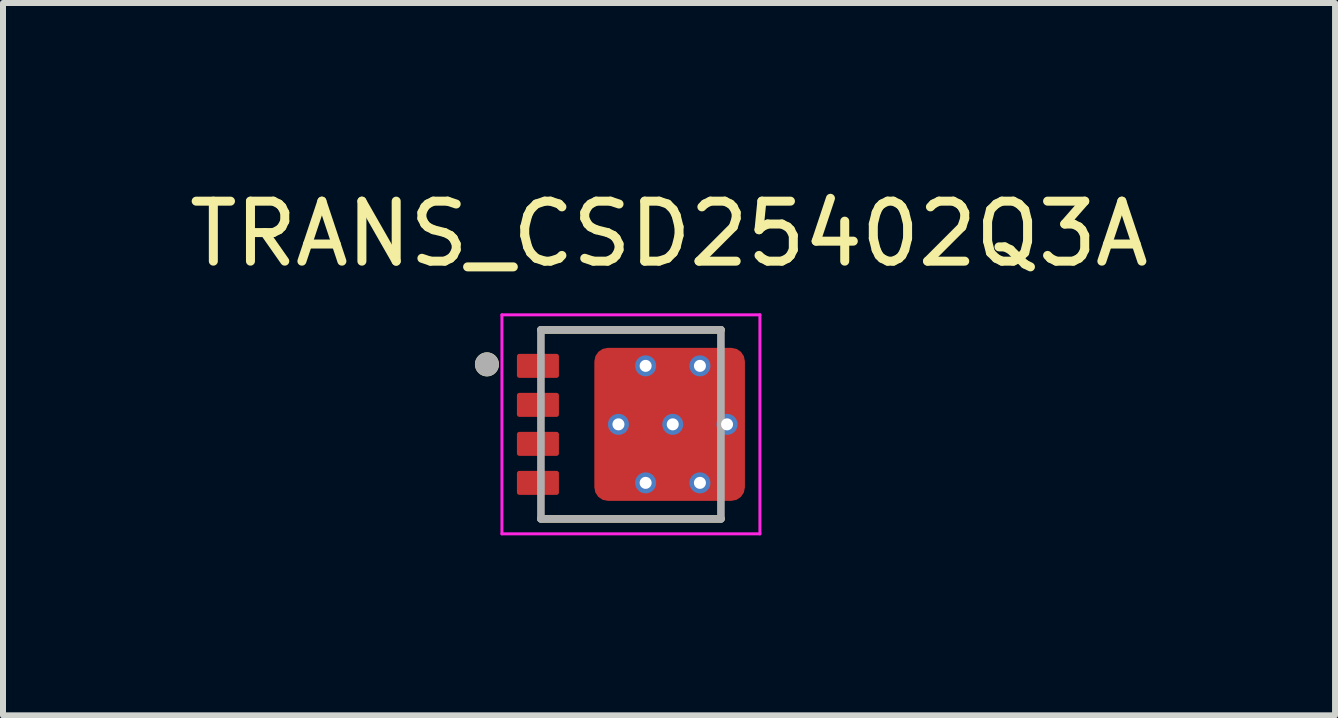
<source format=kicad_pcb>
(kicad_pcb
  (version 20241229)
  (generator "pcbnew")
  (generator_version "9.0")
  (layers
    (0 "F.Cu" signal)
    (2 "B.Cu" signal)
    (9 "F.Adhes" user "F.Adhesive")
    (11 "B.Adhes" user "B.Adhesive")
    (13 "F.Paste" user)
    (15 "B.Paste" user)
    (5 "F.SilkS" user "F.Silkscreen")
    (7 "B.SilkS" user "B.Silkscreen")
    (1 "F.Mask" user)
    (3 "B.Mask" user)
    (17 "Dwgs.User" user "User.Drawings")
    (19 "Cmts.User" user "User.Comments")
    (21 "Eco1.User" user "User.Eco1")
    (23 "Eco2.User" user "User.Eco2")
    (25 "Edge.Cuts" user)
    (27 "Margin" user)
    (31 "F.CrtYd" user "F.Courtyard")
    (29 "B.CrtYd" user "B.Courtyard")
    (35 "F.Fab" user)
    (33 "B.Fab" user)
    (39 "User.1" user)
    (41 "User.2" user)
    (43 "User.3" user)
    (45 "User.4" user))
  (footprint "TRANS_CSD25402Q3A"
    (layer "F.Cu")
    (at 7.466 4.023)
    (property "Reference" "TRANS_CSD25402Q3A" (at 0.635 -3.175 0) (layer "F.SilkS") (effects (font (size 1 1) (thickness 0.15))))
    (attr through_hole)
    (fp_poly (pts (xy -1.8 -1.125) (xy -1.3 -1.125) (xy -1.297 -1.125) (xy -1.295 -1.125) (xy -1.292 -1.124) (xy -1.29 -1.124) (xy -1.287 -1.123) (xy -1.285 -1.123) (xy -1.282 -1.122) (xy -1.28 -1.121) (xy -1.277 -1.12) (xy -1.275 -1.118) (xy -1.273 -1.117) (xy -1.271 -1.115) (xy -1.269 -1.114) (xy -1.267 -1.112) (xy -1.265 -1.11) (xy -1.263 -1.108) (xy -1.261 -1.106) (xy -1.26 -1.104) (xy -1.258 -1.102) (xy -1.257 -1.1) (xy -1.255 -1.098) (xy -1.254 -1.095) (xy -1.253 -1.093) (xy -1.252 -1.09) (xy -1.252 -1.088) (xy -1.251 -1.085) (xy -1.251 -1.083) (xy -1.25 -1.08) (xy -1.25 -1.078) (xy -1.25 -1.075) (xy -1.25 -0.875) (xy -1.25 -0.872) (xy -1.25 -0.87) (xy -1.251 -0.867) (xy -1.251 -0.865) (xy -1.252 -0.862) (xy -1.252 -0.86) (xy -1.253 -0.857) (xy -1.254 -0.855) (xy -1.255 -0.852) (xy -1.257 -0.85) (xy -1.258 -0.848) (xy -1.26 -0.846) (xy -1.261 -0.844) (xy -1.263 -0.842) (xy -1.265 -0.84) (xy -1.267 -0.838) (xy -1.269 -0.836) (xy -1.271 -0.835) (xy -1.273 -0.833) (xy -1.275 -0.832) (xy -1.277 -0.83) (xy -1.28 -0.829) (xy -1.282 -0.828) (xy -1.285 -0.827) (xy -1.287 -0.827) (xy -1.29 -0.826) (xy -1.292 -0.826) (xy -1.295 -0.825) (xy -1.297 -0.825) (xy -1.3 -0.825) (xy -1.8 -0.825) (xy -1.803 -0.825) (xy -1.805 -0.825) (xy -1.808 -0.826) (xy -1.81 -0.826) (xy -1.813 -0.827) (xy -1.815 -0.827) (xy -1.818 -0.828) (xy -1.82 -0.829) (xy -1.823 -0.83) (xy -1.825 -0.832) (xy -1.827 -0.833) (xy -1.829 -0.835) (xy -1.831 -0.836) (xy -1.833 -0.838) (xy -1.835 -0.84) (xy -1.837 -0.842) (xy -1.839 -0.844) (xy -1.84 -0.846) (xy -1.842 -0.848) (xy -1.843 -0.85) (xy -1.845 -0.852) (xy -1.846 -0.855) (xy -1.847 -0.857) (xy -1.848 -0.86) (xy -1.848 -0.862) (xy -1.849 -0.865) (xy -1.849 -0.867) (xy -1.85 -0.87) (xy -1.85 -0.872) (xy -1.85 -0.875) (xy -1.85 -1.075) (xy -1.85 -1.078) (xy -1.85 -1.08) (xy -1.849 -1.083) (xy -1.849 -1.085) (xy -1.848 -1.088) (xy -1.848 -1.09) (xy -1.847 -1.093) (xy -1.846 -1.095) (xy -1.845 -1.098) (xy -1.843 -1.1) (xy -1.842 -1.102) (xy -1.84 -1.104) (xy -1.839 -1.106) (xy -1.837 -1.108) (xy -1.835 -1.11) (xy -1.833 -1.112) (xy -1.831 -1.114) (xy -1.829 -1.115) (xy -1.827 -1.117) (xy -1.825 -1.118) (xy -1.823 -1.12) (xy -1.82 -1.121) (xy -1.818 -1.122) (xy -1.815 -1.123) (xy -1.813 -1.123) (xy -1.81 -1.124) (xy -1.808 -1.124) (xy -1.805 -1.125) (xy -1.803 -1.125) (xy -1.8 -1.125)) (stroke (width 0.01) (type solid)) (fill yes) (layer "F.Mask"))
    (fp_poly (pts (xy -1.8 -0.475) (xy -1.3 -0.475) (xy -1.297 -0.475) (xy -1.295 -0.475) (xy -1.292 -0.474) (xy -1.29 -0.474) (xy -1.287 -0.473) (xy -1.285 -0.473) (xy -1.282 -0.472) (xy -1.28 -0.471) (xy -1.277 -0.47) (xy -1.275 -0.468) (xy -1.273 -0.467) (xy -1.271 -0.465) (xy -1.269 -0.464) (xy -1.267 -0.462) (xy -1.265 -0.46) (xy -1.263 -0.458) (xy -1.261 -0.456) (xy -1.26 -0.454) (xy -1.258 -0.452) (xy -1.257 -0.45) (xy -1.255 -0.448) (xy -1.254 -0.445) (xy -1.253 -0.443) (xy -1.252 -0.44) (xy -1.252 -0.438) (xy -1.251 -0.435) (xy -1.251 -0.433) (xy -1.25 -0.43) (xy -1.25 -0.428) (xy -1.25 -0.425) (xy -1.25 -0.225) (xy -1.25 -0.222) (xy -1.25 -0.22) (xy -1.251 -0.217) (xy -1.251 -0.215) (xy -1.252 -0.212) (xy -1.252 -0.21) (xy -1.253 -0.207) (xy -1.254 -0.205) (xy -1.255 -0.202) (xy -1.257 -0.2) (xy -1.258 -0.198) (xy -1.26 -0.196) (xy -1.261 -0.194) (xy -1.263 -0.192) (xy -1.265 -0.19) (xy -1.267 -0.188) (xy -1.269 -0.186) (xy -1.271 -0.185) (xy -1.273 -0.183) (xy -1.275 -0.182) (xy -1.277 -0.18) (xy -1.28 -0.179) (xy -1.282 -0.178) (xy -1.285 -0.177) (xy -1.287 -0.177) (xy -1.29 -0.176) (xy -1.292 -0.176) (xy -1.295 -0.175) (xy -1.297 -0.175) (xy -1.3 -0.175) (xy -1.8 -0.175) (xy -1.803 -0.175) (xy -1.805 -0.175) (xy -1.808 -0.176) (xy -1.81 -0.176) (xy -1.813 -0.177) (xy -1.815 -0.177) (xy -1.818 -0.178) (xy -1.82 -0.179) (xy -1.823 -0.18) (xy -1.825 -0.182) (xy -1.827 -0.183) (xy -1.829 -0.185) (xy -1.831 -0.186) (xy -1.833 -0.188) (xy -1.835 -0.19) (xy -1.837 -0.192) (xy -1.839 -0.194) (xy -1.84 -0.196) (xy -1.842 -0.198) (xy -1.843 -0.2) (xy -1.845 -0.202) (xy -1.846 -0.205) (xy -1.847 -0.207) (xy -1.848 -0.21) (xy -1.848 -0.212) (xy -1.849 -0.215) (xy -1.849 -0.217) (xy -1.85 -0.22) (xy -1.85 -0.222) (xy -1.85 -0.225) (xy -1.85 -0.425) (xy -1.85 -0.428) (xy -1.85 -0.43) (xy -1.849 -0.433) (xy -1.849 -0.435) (xy -1.848 -0.438) (xy -1.848 -0.44) (xy -1.847 -0.443) (xy -1.846 -0.445) (xy -1.845 -0.448) (xy -1.843 -0.45) (xy -1.842 -0.452) (xy -1.84 -0.454) (xy -1.839 -0.456) (xy -1.837 -0.458) (xy -1.835 -0.46) (xy -1.833 -0.462) (xy -1.831 -0.464) (xy -1.829 -0.465) (xy -1.827 -0.467) (xy -1.825 -0.468) (xy -1.823 -0.47) (xy -1.82 -0.471) (xy -1.818 -0.472) (xy -1.815 -0.473) (xy -1.813 -0.473) (xy -1.81 -0.474) (xy -1.808 -0.474) (xy -1.805 -0.475) (xy -1.803 -0.475) (xy -1.8 -0.475)) (stroke (width 0.01) (type solid)) (fill yes) (layer "F.Mask"))
    (fp_poly (pts (xy -1.8 0.175) (xy -1.3 0.175) (xy -1.297 0.175) (xy -1.295 0.175) (xy -1.292 0.176) (xy -1.29 0.176) (xy -1.287 0.177) (xy -1.285 0.177) (xy -1.282 0.178) (xy -1.28 0.179) (xy -1.277 0.18) (xy -1.275 0.182) (xy -1.273 0.183) (xy -1.271 0.185) (xy -1.269 0.186) (xy -1.267 0.188) (xy -1.265 0.19) (xy -1.263 0.192) (xy -1.261 0.194) (xy -1.26 0.196) (xy -1.258 0.198) (xy -1.257 0.2) (xy -1.255 0.202) (xy -1.254 0.205) (xy -1.253 0.207) (xy -1.252 0.21) (xy -1.252 0.212) (xy -1.251 0.215) (xy -1.251 0.217) (xy -1.25 0.22) (xy -1.25 0.222) (xy -1.25 0.225) (xy -1.25 0.425) (xy -1.25 0.428) (xy -1.25 0.43) (xy -1.251 0.433) (xy -1.251 0.435) (xy -1.252 0.438) (xy -1.252 0.44) (xy -1.253 0.443) (xy -1.254 0.445) (xy -1.255 0.448) (xy -1.257 0.45) (xy -1.258 0.452) (xy -1.26 0.454) (xy -1.261 0.456) (xy -1.263 0.458) (xy -1.265 0.46) (xy -1.267 0.462) (xy -1.269 0.464) (xy -1.271 0.465) (xy -1.273 0.467) (xy -1.275 0.468) (xy -1.277 0.47) (xy -1.28 0.471) (xy -1.282 0.472) (xy -1.285 0.473) (xy -1.287 0.473) (xy -1.29 0.474) (xy -1.292 0.474) (xy -1.295 0.475) (xy -1.297 0.475) (xy -1.3 0.475) (xy -1.8 0.475) (xy -1.803 0.475) (xy -1.805 0.475) (xy -1.808 0.474) (xy -1.81 0.474) (xy -1.813 0.473) (xy -1.815 0.473) (xy -1.818 0.472) (xy -1.82 0.471) (xy -1.823 0.47) (xy -1.825 0.468) (xy -1.827 0.467) (xy -1.829 0.465) (xy -1.831 0.464) (xy -1.833 0.462) (xy -1.835 0.46) (xy -1.837 0.458) (xy -1.839 0.456) (xy -1.84 0.454) (xy -1.842 0.452) (xy -1.843 0.45) (xy -1.845 0.448) (xy -1.846 0.445) (xy -1.847 0.443) (xy -1.848 0.44) (xy -1.848 0.438) (xy -1.849 0.435) (xy -1.849 0.433) (xy -1.85 0.43) (xy -1.85 0.428) (xy -1.85 0.425) (xy -1.85 0.225) (xy -1.85 0.222) (xy -1.85 0.22) (xy -1.849 0.217) (xy -1.849 0.215) (xy -1.848 0.212) (xy -1.848 0.21) (xy -1.847 0.207) (xy -1.846 0.205) (xy -1.845 0.202) (xy -1.843 0.2) (xy -1.842 0.198) (xy -1.84 0.196) (xy -1.839 0.194) (xy -1.837 0.192) (xy -1.835 0.19) (xy -1.833 0.188) (xy -1.831 0.186) (xy -1.829 0.185) (xy -1.827 0.183) (xy -1.825 0.182) (xy -1.823 0.18) (xy -1.82 0.179) (xy -1.818 0.178) (xy -1.815 0.177) (xy -1.813 0.177) (xy -1.81 0.176) (xy -1.808 0.176) (xy -1.805 0.175) (xy -1.803 0.175) (xy -1.8 0.175)) (stroke (width 0.01) (type solid)) (fill yes) (layer "F.Mask"))
    (fp_poly (pts (xy -1.8 0.825) (xy -1.3 0.825) (xy -1.297 0.825) (xy -1.295 0.825) (xy -1.292 0.826) (xy -1.29 0.826) (xy -1.287 0.827) (xy -1.285 0.827) (xy -1.282 0.828) (xy -1.28 0.829) (xy -1.277 0.83) (xy -1.275 0.832) (xy -1.273 0.833) (xy -1.271 0.835) (xy -1.269 0.836) (xy -1.267 0.838) (xy -1.265 0.84) (xy -1.263 0.842) (xy -1.261 0.844) (xy -1.26 0.846) (xy -1.258 0.848) (xy -1.257 0.85) (xy -1.255 0.852) (xy -1.254 0.855) (xy -1.253 0.857) (xy -1.252 0.86) (xy -1.252 0.862) (xy -1.251 0.865) (xy -1.251 0.867) (xy -1.25 0.87) (xy -1.25 0.872) (xy -1.25 0.875) (xy -1.25 1.075) (xy -1.25 1.078) (xy -1.25 1.08) (xy -1.251 1.083) (xy -1.251 1.085) (xy -1.252 1.088) (xy -1.252 1.09) (xy -1.253 1.093) (xy -1.254 1.095) (xy -1.255 1.098) (xy -1.257 1.1) (xy -1.258 1.102) (xy -1.26 1.104) (xy -1.261 1.106) (xy -1.263 1.108) (xy -1.265 1.11) (xy -1.267 1.112) (xy -1.269 1.114) (xy -1.271 1.115) (xy -1.273 1.117) (xy -1.275 1.118) (xy -1.277 1.12) (xy -1.28 1.121) (xy -1.282 1.122) (xy -1.285 1.123) (xy -1.287 1.123) (xy -1.29 1.124) (xy -1.292 1.124) (xy -1.295 1.125) (xy -1.297 1.125) (xy -1.3 1.125) (xy -1.8 1.125) (xy -1.803 1.125) (xy -1.805 1.125) (xy -1.808 1.124) (xy -1.81 1.124) (xy -1.813 1.123) (xy -1.815 1.123) (xy -1.818 1.122) (xy -1.82 1.121) (xy -1.823 1.12) (xy -1.825 1.118) (xy -1.827 1.117) (xy -1.829 1.115) (xy -1.831 1.114) (xy -1.833 1.112) (xy -1.835 1.11) (xy -1.837 1.108) (xy -1.839 1.106) (xy -1.84 1.104) (xy -1.842 1.102) (xy -1.843 1.1) (xy -1.845 1.098) (xy -1.846 1.095) (xy -1.847 1.093) (xy -1.848 1.09) (xy -1.848 1.088) (xy -1.849 1.085) (xy -1.849 1.083) (xy -1.85 1.08) (xy -1.85 1.078) (xy -1.85 1.075) (xy -1.85 0.875) (xy -1.85 0.872) (xy -1.85 0.87) (xy -1.849 0.867) (xy -1.849 0.865) (xy -1.848 0.862) (xy -1.848 0.86) (xy -1.847 0.857) (xy -1.846 0.855) (xy -1.845 0.852) (xy -1.843 0.85) (xy -1.842 0.848) (xy -1.84 0.846) (xy -1.839 0.844) (xy -1.837 0.842) (xy -1.835 0.84) (xy -1.833 0.838) (xy -1.831 0.836) (xy -1.829 0.835) (xy -1.827 0.833) (xy -1.825 0.832) (xy -1.823 0.83) (xy -1.82 0.829) (xy -1.818 0.828) (xy -1.815 0.827) (xy -1.813 0.827) (xy -1.81 0.826) (xy -1.808 0.826) (xy -1.805 0.825) (xy -1.803 0.825) (xy -1.8 0.825)) (stroke (width 0.01) (type solid)) (fill yes) (layer "F.Mask"))
    (fp_poly (pts (xy 1.215 1.125) (xy 1.215 1.175) (xy 1.215 1.178) (xy 1.215 1.18) (xy 1.214 1.183) (xy 1.214 1.185) (xy 1.213 1.188) (xy 1.213 1.19) (xy 1.212 1.193) (xy 1.211 1.195) (xy 1.21 1.198) (xy 1.208 1.2) (xy 1.207 1.202) (xy 1.205 1.204) (xy 1.204 1.206) (xy 1.202 1.208) (xy 1.2 1.21) (xy 1.198 1.212) (xy 1.196 1.214) (xy 1.194 1.215) (xy 1.192 1.217) (xy 1.19 1.218) (xy 1.188 1.22) (xy 1.185 1.221) (xy 1.183 1.222) (xy 1.18 1.223) (xy 1.178 1.223) (xy 1.175 1.224) (xy 1.173 1.224) (xy 1.17 1.225) (xy 1.168 1.225) (xy 1.165 1.225) (xy -0.51 1.225) (xy -0.513 1.225) (xy -0.515 1.225) (xy -0.518 1.224) (xy -0.52 1.224) (xy -0.523 1.223) (xy -0.525 1.223) (xy -0.528 1.222) (xy -0.53 1.221) (xy -0.533 1.22) (xy -0.535 1.218) (xy -0.537 1.217) (xy -0.539 1.215) (xy -0.541 1.214) (xy -0.543 1.212) (xy -0.545 1.21) (xy -0.547 1.208) (xy -0.549 1.206) (xy -0.55 1.204) (xy -0.552 1.202) (xy -0.553 1.2) (xy -0.555 1.198) (xy -0.556 1.195) (xy -0.557 1.193) (xy -0.558 1.19) (xy -0.558 1.188) (xy -0.559 1.185) (xy -0.559 1.183) (xy -0.56 1.18) (xy -0.56 1.178) (xy -0.56 1.175) (xy -0.56 -1.175) (xy -0.56 -1.178) (xy -0.56 -1.18) (xy -0.559 -1.183) (xy -0.559 -1.185) (xy -0.558 -1.188) (xy -0.558 -1.19) (xy -0.557 -1.193) (xy -0.556 -1.195) (xy -0.555 -1.198) (xy -0.553 -1.2) (xy -0.552 -1.202) (xy -0.55 -1.204) (xy -0.549 -1.206) (xy -0.547 -1.208) (xy -0.545 -1.21) (xy -0.543 -1.212) (xy -0.541 -1.214) (xy -0.539 -1.215) (xy -0.537 -1.217) (xy -0.535 -1.218) (xy -0.533 -1.22) (xy -0.53 -1.221) (xy -0.528 -1.222) (xy -0.525 -1.223) (xy -0.523 -1.223) (xy -0.52 -1.224) (xy -0.518 -1.224) (xy -0.515 -1.225) (xy -0.513 -1.225) (xy -0.51 -1.225) (xy 1.165 -1.225) (xy 1.168 -1.225) (xy 1.17 -1.225) (xy 1.173 -1.224) (xy 1.175 -1.224) (xy 1.178 -1.223) (xy 1.18 -1.223) (xy 1.183 -1.222) (xy 1.185 -1.221) (xy 1.188 -1.22) (xy 1.19 -1.218) (xy 1.192 -1.217) (xy 1.194 -1.215) (xy 1.196 -1.214) (xy 1.198 -1.212) (xy 1.2 -1.21) (xy 1.202 -1.208) (xy 1.204 -1.206) (xy 1.205 -1.204) (xy 1.207 -1.202) (xy 1.208 -1.2) (xy 1.21 -1.198) (xy 1.211 -1.195) (xy 1.212 -1.193) (xy 1.213 -1.19) (xy 1.213 -1.188) (xy 1.214 -1.185) (xy 1.214 -1.183) (xy 1.215 -1.18) (xy 1.215 -1.178) (xy 1.215 -1.175) (xy 1.215 -1.125) (xy 1.8 -1.125) (xy 1.803 -1.125) (xy 1.805 -1.125) (xy 1.808 -1.124) (xy 1.81 -1.124) (xy 1.813 -1.123) (xy 1.815 -1.123) (xy 1.818 -1.122) (xy 1.82 -1.121) (xy 1.823 -1.12) (xy 1.825 -1.118) (xy 1.827 -1.117) (xy 1.829 -1.115) (xy 1.831 -1.114) (xy 1.833 -1.112) (xy 1.835 -1.11) (xy 1.837 -1.108) (xy 1.839 -1.106) (xy 1.84 -1.104) (xy 1.842 -1.102) (xy 1.843 -1.1) (xy 1.845 -1.098) (xy 1.846 -1.095) (xy 1.847 -1.093) (xy 1.848 -1.09) (xy 1.848 -1.088) (xy 1.849 -1.085) (xy 1.849 -1.083) (xy 1.85 -1.08) (xy 1.85 -1.078) (xy 1.85 -1.075) (xy 1.85 -0.875) (xy 1.85 -0.872) (xy 1.85 -0.87) (xy 1.849 -0.867) (xy 1.849 -0.865) (xy 1.848 -0.862) (xy 1.848 -0.86) (xy 1.847 -0.857) (xy 1.846 -0.855) (xy 1.845 -0.852) (xy 1.843 -0.85) (xy 1.842 -0.848) (xy 1.84 -0.846) (xy 1.839 -0.844) (xy 1.837 -0.842) (xy 1.835 -0.84) (xy 1.833 -0.838) (xy 1.831 -0.836) (xy 1.829 -0.835) (xy 1.827 -0.833) (xy 1.825 -0.832) (xy 1.823 -0.83) (xy 1.82 -0.829) (xy 1.818 -0.828) (xy 1.815 -0.827) (xy 1.813 -0.827) (xy 1.81 -0.826) (xy 1.808 -0.826) (xy 1.805 -0.825) (xy 1.803 -0.825) (xy 1.8 -0.825) (xy 1.215 -0.825) (xy 1.215 -0.475) (xy 1.8 -0.475) (xy 1.803 -0.475) (xy 1.805 -0.475) (xy 1.808 -0.474) (xy 1.81 -0.474) (xy 1.813 -0.473) (xy 1.815 -0.473) (xy 1.818 -0.472) (xy 1.82 -0.471) (xy 1.823 -0.47) (xy 1.825 -0.468) (xy 1.827 -0.467) (xy 1.829 -0.465) (xy 1.831 -0.464) (xy 1.833 -0.462) (xy 1.835 -0.46) (xy 1.837 -0.458) (xy 1.839 -0.456) (xy 1.84 -0.454) (xy 1.842 -0.452) (xy 1.843 -0.45) (xy 1.845 -0.448) (xy 1.846 -0.445) (xy 1.847 -0.443) (xy 1.848 -0.44) (xy 1.848 -0.438) (xy 1.849 -0.435) (xy 1.849 -0.433) (xy 1.85 -0.43) (xy 1.85 -0.428) (xy 1.85 -0.425) (xy 1.85 -0.225) (xy 1.85 -0.222) (xy 1.85 -0.22) (xy 1.849 -0.217) (xy 1.849 -0.215) (xy 1.848 -0.212) (xy 1.848 -0.21) (xy 1.847 -0.207) (xy 1.846 -0.205) (xy 1.845 -0.202) (xy 1.843 -0.2) (xy 1.842 -0.198) (xy 1.84 -0.196) (xy 1.839 -0.194) (xy 1.837 -0.192) (xy 1.835 -0.19) (xy 1.833 -0.188) (xy 1.831 -0.186) (xy 1.829 -0.185) (xy 1.827 -0.183) (xy 1.825 -0.182) (xy 1.823 -0.18) (xy 1.82 -0.179) (xy 1.818 -0.178) (xy 1.815 -0.177) (xy 1.813 -0.177) (xy 1.81 -0.176) (xy 1.808 -0.176) (xy 1.805 -0.175) (xy 1.803 -0.175) (xy 1.8 -0.175) (xy 1.215 -0.175) (xy 1.215 0.175) (xy 1.8 0.175) (xy 1.803 0.175) (xy 1.805 0.175) (xy 1.808 0.176) (xy 1.81 0.176) (xy 1.813 0.177) (xy 1.815 0.177) (xy 1.818 0.178) (xy 1.82 0.179) (xy 1.823 0.18) (xy 1.825 0.182) (xy 1.827 0.183) (xy 1.829 0.185) (xy 1.831 0.186) (xy 1.833 0.188) (xy 1.835 0.19) (xy 1.837 0.192) (xy 1.839 0.194) (xy 1.84 0.196) (xy 1.842 0.198) (xy 1.843 0.2) (xy 1.845 0.202) (xy 1.846 0.205) (xy 1.847 0.207) (xy 1.848 0.21) (xy 1.848 0.212) (xy 1.849 0.215) (xy 1.849 0.217) (xy 1.85 0.22) (xy 1.85 0.222) (xy 1.85 0.225) (xy 1.85 0.425) (xy 1.85 0.428) (xy 1.85 0.43) (xy 1.849 0.433) (xy 1.849 0.435) (xy 1.848 0.438) (xy 1.848 0.44) (xy 1.847 0.443) (xy 1.846 0.445) (xy 1.845 0.448) (xy 1.843 0.45) (xy 1.842 0.452) (xy 1.84 0.454) (xy 1.839 0.456) (xy 1.837 0.458) (xy 1.835 0.46) (xy 1.833 0.462) (xy 1.831 0.464) (xy 1.829 0.465) (xy 1.827 0.467) (xy 1.825 0.468) (xy 1.823 0.47) (xy 1.82 0.471) (xy 1.818 0.472) (xy 1.815 0.473) (xy 1.813 0.473) (xy 1.81 0.474) (xy 1.808 0.474) (xy 1.805 0.475) (xy 1.803 0.475) (xy 1.8 0.475) (xy 1.215 0.475) (xy 1.215 0.825) (xy 1.8 0.825) (xy 1.803 0.825) (xy 1.805 0.825) (xy 1.808 0.826) (xy 1.81 0.826) (xy 1.813 0.827) (xy 1.815 0.827) (xy 1.818 0.828) (xy 1.82 0.829) (xy 1.823 0.83) (xy 1.825 0.832) (xy 1.827 0.833) (xy 1.829 0.835) (xy 1.831 0.836) (xy 1.833 0.838) (xy 1.835 0.84) (xy 1.837 0.842) (xy 1.839 0.844) (xy 1.84 0.846) (xy 1.842 0.848) (xy 1.843 0.85) (xy 1.845 0.852) (xy 1.846 0.855) (xy 1.847 0.857) (xy 1.848 0.86) (xy 1.848 0.862) (xy 1.849 0.865) (xy 1.849 0.867) (xy 1.85 0.87) (xy 1.85 0.872) (xy 1.85 0.875) (xy 1.85 1.075) (xy 1.85 1.078) (xy 1.85 1.08) (xy 1.849 1.083) (xy 1.849 1.085) (xy 1.848 1.088) (xy 1.848 1.09) (xy 1.847 1.093) (xy 1.846 1.095) (xy 1.845 1.098) (xy 1.843 1.1) (xy 1.842 1.102) (xy 1.84 1.104) (xy 1.839 1.106) (xy 1.837 1.108) (xy 1.835 1.11) (xy 1.833 1.112) (xy 1.831 1.114) (xy 1.829 1.115) (xy 1.827 1.117) (xy 1.825 1.118) (xy 1.823 1.12) (xy 1.82 1.121) (xy 1.818 1.122) (xy 1.815 1.123) (xy 1.813 1.123) (xy 1.81 1.124) (xy 1.808 1.124) (xy 1.805 1.125) (xy 1.803 1.125) (xy 1.8 1.125) (xy 1.215 1.125)) (stroke (width 0.01) (type solid)) (fill yes) (layer "F.Mask"))
    (fp_line (start -1.5 -1.575) (end 1.5 -1.575) (stroke (width 0.127) (type solid)) (layer "F.SilkS"))
    (fp_line (start -1.5 1.575) (end 1.5 1.575) (stroke (width 0.127) (type solid)) (layer "F.SilkS"))
    (fp_circle (center -2.4 -1) (end -2.3 -1) (stroke (width 0.2) (type solid)) (fill no) (layer "F.SilkS"))
    (fp_poly (pts (xy -1.8 -1.125) (xy -1.3 -1.125) (xy -1.297 -1.125) (xy -1.295 -1.125) (xy -1.292 -1.124) (xy -1.29 -1.124) (xy -1.287 -1.123) (xy -1.285 -1.123) (xy -1.282 -1.122) (xy -1.28 -1.121) (xy -1.277 -1.12) (xy -1.275 -1.118) (xy -1.273 -1.117) (xy -1.271 -1.115) (xy -1.269 -1.114) (xy -1.267 -1.112) (xy -1.265 -1.11) (xy -1.263 -1.108) (xy -1.261 -1.106) (xy -1.26 -1.104) (xy -1.258 -1.102) (xy -1.257 -1.1) (xy -1.255 -1.098) (xy -1.254 -1.095) (xy -1.253 -1.093) (xy -1.252 -1.09) (xy -1.252 -1.088) (xy -1.251 -1.085) (xy -1.251 -1.083) (xy -1.25 -1.08) (xy -1.25 -1.078) (xy -1.25 -1.075) (xy -1.25 -0.875) (xy -1.25 -0.872) (xy -1.25 -0.87) (xy -1.251 -0.867) (xy -1.251 -0.865) (xy -1.252 -0.862) (xy -1.252 -0.86) (xy -1.253 -0.857) (xy -1.254 -0.855) (xy -1.255 -0.852) (xy -1.257 -0.85) (xy -1.258 -0.848) (xy -1.26 -0.846) (xy -1.261 -0.844) (xy -1.263 -0.842) (xy -1.265 -0.84) (xy -1.267 -0.838) (xy -1.269 -0.836) (xy -1.271 -0.835) (xy -1.273 -0.833) (xy -1.275 -0.832) (xy -1.277 -0.83) (xy -1.28 -0.829) (xy -1.282 -0.828) (xy -1.285 -0.827) (xy -1.287 -0.827) (xy -1.29 -0.826) (xy -1.292 -0.826) (xy -1.295 -0.825) (xy -1.297 -0.825) (xy -1.3 -0.825) (xy -1.8 -0.825) (xy -1.803 -0.825) (xy -1.805 -0.825) (xy -1.808 -0.826) (xy -1.81 -0.826) (xy -1.813 -0.827) (xy -1.815 -0.827) (xy -1.818 -0.828) (xy -1.82 -0.829) (xy -1.823 -0.83) (xy -1.825 -0.832) (xy -1.827 -0.833) (xy -1.829 -0.835) (xy -1.831 -0.836) (xy -1.833 -0.838) (xy -1.835 -0.84) (xy -1.837 -0.842) (xy -1.839 -0.844) (xy -1.84 -0.846) (xy -1.842 -0.848) (xy -1.843 -0.85) (xy -1.845 -0.852) (xy -1.846 -0.855) (xy -1.847 -0.857) (xy -1.848 -0.86) (xy -1.848 -0.862) (xy -1.849 -0.865) (xy -1.849 -0.867) (xy -1.85 -0.87) (xy -1.85 -0.872) (xy -1.85 -0.875) (xy -1.85 -1.075) (xy -1.85 -1.078) (xy -1.85 -1.08) (xy -1.849 -1.083) (xy -1.849 -1.085) (xy -1.848 -1.088) (xy -1.848 -1.09) (xy -1.847 -1.093) (xy -1.846 -1.095) (xy -1.845 -1.098) (xy -1.843 -1.1) (xy -1.842 -1.102) (xy -1.84 -1.104) (xy -1.839 -1.106) (xy -1.837 -1.108) (xy -1.835 -1.11) (xy -1.833 -1.112) (xy -1.831 -1.114) (xy -1.829 -1.115) (xy -1.827 -1.117) (xy -1.825 -1.118) (xy -1.823 -1.12) (xy -1.82 -1.121) (xy -1.818 -1.122) (xy -1.815 -1.123) (xy -1.813 -1.123) (xy -1.81 -1.124) (xy -1.808 -1.124) (xy -1.805 -1.125) (xy -1.803 -1.125) (xy -1.8 -1.125)) (stroke (width 0.01) (type solid)) (fill yes) (layer "F.Paste"))
    (fp_poly (pts (xy -1.8 -0.475) (xy -1.3 -0.475) (xy -1.297 -0.475) (xy -1.295 -0.475) (xy -1.292 -0.474) (xy -1.29 -0.474) (xy -1.287 -0.473) (xy -1.285 -0.473) (xy -1.282 -0.472) (xy -1.28 -0.471) (xy -1.277 -0.47) (xy -1.275 -0.468) (xy -1.273 -0.467) (xy -1.271 -0.465) (xy -1.269 -0.464) (xy -1.267 -0.462) (xy -1.265 -0.46) (xy -1.263 -0.458) (xy -1.261 -0.456) (xy -1.26 -0.454) (xy -1.258 -0.452) (xy -1.257 -0.45) (xy -1.255 -0.448) (xy -1.254 -0.445) (xy -1.253 -0.443) (xy -1.252 -0.44) (xy -1.252 -0.438) (xy -1.251 -0.435) (xy -1.251 -0.433) (xy -1.25 -0.43) (xy -1.25 -0.428) (xy -1.25 -0.425) (xy -1.25 -0.225) (xy -1.25 -0.222) (xy -1.25 -0.22) (xy -1.251 -0.217) (xy -1.251 -0.215) (xy -1.252 -0.212) (xy -1.252 -0.21) (xy -1.253 -0.207) (xy -1.254 -0.205) (xy -1.255 -0.202) (xy -1.257 -0.2) (xy -1.258 -0.198) (xy -1.26 -0.196) (xy -1.261 -0.194) (xy -1.263 -0.192) (xy -1.265 -0.19) (xy -1.267 -0.188) (xy -1.269 -0.186) (xy -1.271 -0.185) (xy -1.273 -0.183) (xy -1.275 -0.182) (xy -1.277 -0.18) (xy -1.28 -0.179) (xy -1.282 -0.178) (xy -1.285 -0.177) (xy -1.287 -0.177) (xy -1.29 -0.176) (xy -1.292 -0.176) (xy -1.295 -0.175) (xy -1.297 -0.175) (xy -1.3 -0.175) (xy -1.8 -0.175) (xy -1.803 -0.175) (xy -1.805 -0.175) (xy -1.808 -0.176) (xy -1.81 -0.176) (xy -1.813 -0.177) (xy -1.815 -0.177) (xy -1.818 -0.178) (xy -1.82 -0.179) (xy -1.823 -0.18) (xy -1.825 -0.182) (xy -1.827 -0.183) (xy -1.829 -0.185) (xy -1.831 -0.186) (xy -1.833 -0.188) (xy -1.835 -0.19) (xy -1.837 -0.192) (xy -1.839 -0.194) (xy -1.84 -0.196) (xy -1.842 -0.198) (xy -1.843 -0.2) (xy -1.845 -0.202) (xy -1.846 -0.205) (xy -1.847 -0.207) (xy -1.848 -0.21) (xy -1.848 -0.212) (xy -1.849 -0.215) (xy -1.849 -0.217) (xy -1.85 -0.22) (xy -1.85 -0.222) (xy -1.85 -0.225) (xy -1.85 -0.425) (xy -1.85 -0.428) (xy -1.85 -0.43) (xy -1.849 -0.433) (xy -1.849 -0.435) (xy -1.848 -0.438) (xy -1.848 -0.44) (xy -1.847 -0.443) (xy -1.846 -0.445) (xy -1.845 -0.448) (xy -1.843 -0.45) (xy -1.842 -0.452) (xy -1.84 -0.454) (xy -1.839 -0.456) (xy -1.837 -0.458) (xy -1.835 -0.46) (xy -1.833 -0.462) (xy -1.831 -0.464) (xy -1.829 -0.465) (xy -1.827 -0.467) (xy -1.825 -0.468) (xy -1.823 -0.47) (xy -1.82 -0.471) (xy -1.818 -0.472) (xy -1.815 -0.473) (xy -1.813 -0.473) (xy -1.81 -0.474) (xy -1.808 -0.474) (xy -1.805 -0.475) (xy -1.803 -0.475) (xy -1.8 -0.475)) (stroke (width 0.01) (type solid)) (fill yes) (layer "F.Paste"))
    (fp_poly (pts (xy -1.8 0.175) (xy -1.3 0.175) (xy -1.297 0.175) (xy -1.295 0.175) (xy -1.292 0.176) (xy -1.29 0.176) (xy -1.287 0.177) (xy -1.285 0.177) (xy -1.282 0.178) (xy -1.28 0.179) (xy -1.277 0.18) (xy -1.275 0.182) (xy -1.273 0.183) (xy -1.271 0.185) (xy -1.269 0.186) (xy -1.267 0.188) (xy -1.265 0.19) (xy -1.263 0.192) (xy -1.261 0.194) (xy -1.26 0.196) (xy -1.258 0.198) (xy -1.257 0.2) (xy -1.255 0.202) (xy -1.254 0.205) (xy -1.253 0.207) (xy -1.252 0.21) (xy -1.252 0.212) (xy -1.251 0.215) (xy -1.251 0.217) (xy -1.25 0.22) (xy -1.25 0.222) (xy -1.25 0.225) (xy -1.25 0.425) (xy -1.25 0.428) (xy -1.25 0.43) (xy -1.251 0.433) (xy -1.251 0.435) (xy -1.252 0.438) (xy -1.252 0.44) (xy -1.253 0.443) (xy -1.254 0.445) (xy -1.255 0.448) (xy -1.257 0.45) (xy -1.258 0.452) (xy -1.26 0.454) (xy -1.261 0.456) (xy -1.263 0.458) (xy -1.265 0.46) (xy -1.267 0.462) (xy -1.269 0.464) (xy -1.271 0.465) (xy -1.273 0.467) (xy -1.275 0.468) (xy -1.277 0.47) (xy -1.28 0.471) (xy -1.282 0.472) (xy -1.285 0.473) (xy -1.287 0.473) (xy -1.29 0.474) (xy -1.292 0.474) (xy -1.295 0.475) (xy -1.297 0.475) (xy -1.3 0.475) (xy -1.8 0.475) (xy -1.803 0.475) (xy -1.805 0.475) (xy -1.808 0.474) (xy -1.81 0.474) (xy -1.813 0.473) (xy -1.815 0.473) (xy -1.818 0.472) (xy -1.82 0.471) (xy -1.823 0.47) (xy -1.825 0.468) (xy -1.827 0.467) (xy -1.829 0.465) (xy -1.831 0.464) (xy -1.833 0.462) (xy -1.835 0.46) (xy -1.837 0.458) (xy -1.839 0.456) (xy -1.84 0.454) (xy -1.842 0.452) (xy -1.843 0.45) (xy -1.845 0.448) (xy -1.846 0.445) (xy -1.847 0.443) (xy -1.848 0.44) (xy -1.848 0.438) (xy -1.849 0.435) (xy -1.849 0.433) (xy -1.85 0.43) (xy -1.85 0.428) (xy -1.85 0.425) (xy -1.85 0.225) (xy -1.85 0.222) (xy -1.85 0.22) (xy -1.849 0.217) (xy -1.849 0.215) (xy -1.848 0.212) (xy -1.848 0.21) (xy -1.847 0.207) (xy -1.846 0.205) (xy -1.845 0.202) (xy -1.843 0.2) (xy -1.842 0.198) (xy -1.84 0.196) (xy -1.839 0.194) (xy -1.837 0.192) (xy -1.835 0.19) (xy -1.833 0.188) (xy -1.831 0.186) (xy -1.829 0.185) (xy -1.827 0.183) (xy -1.825 0.182) (xy -1.823 0.18) (xy -1.82 0.179) (xy -1.818 0.178) (xy -1.815 0.177) (xy -1.813 0.177) (xy -1.81 0.176) (xy -1.808 0.176) (xy -1.805 0.175) (xy -1.803 0.175) (xy -1.8 0.175)) (stroke (width 0.01) (type solid)) (fill yes) (layer "F.Paste"))
    (fp_poly (pts (xy -1.8 0.825) (xy -1.3 0.825) (xy -1.297 0.825) (xy -1.295 0.825) (xy -1.292 0.826) (xy -1.29 0.826) (xy -1.287 0.827) (xy -1.285 0.827) (xy -1.282 0.828) (xy -1.28 0.829) (xy -1.277 0.83) (xy -1.275 0.832) (xy -1.273 0.833) (xy -1.271 0.835) (xy -1.269 0.836) (xy -1.267 0.838) (xy -1.265 0.84) (xy -1.263 0.842) (xy -1.261 0.844) (xy -1.26 0.846) (xy -1.258 0.848) (xy -1.257 0.85) (xy -1.255 0.852) (xy -1.254 0.855) (xy -1.253 0.857) (xy -1.252 0.86) (xy -1.252 0.862) (xy -1.251 0.865) (xy -1.251 0.867) (xy -1.25 0.87) (xy -1.25 0.872) (xy -1.25 0.875) (xy -1.25 1.075) (xy -1.25 1.078) (xy -1.25 1.08) (xy -1.251 1.083) (xy -1.251 1.085) (xy -1.252 1.088) (xy -1.252 1.09) (xy -1.253 1.093) (xy -1.254 1.095) (xy -1.255 1.098) (xy -1.257 1.1) (xy -1.258 1.102) (xy -1.26 1.104) (xy -1.261 1.106) (xy -1.263 1.108) (xy -1.265 1.11) (xy -1.267 1.112) (xy -1.269 1.114) (xy -1.271 1.115) (xy -1.273 1.117) (xy -1.275 1.118) (xy -1.277 1.12) (xy -1.28 1.121) (xy -1.282 1.122) (xy -1.285 1.123) (xy -1.287 1.123) (xy -1.29 1.124) (xy -1.292 1.124) (xy -1.295 1.125) (xy -1.297 1.125) (xy -1.3 1.125) (xy -1.8 1.125) (xy -1.803 1.125) (xy -1.805 1.125) (xy -1.808 1.124) (xy -1.81 1.124) (xy -1.813 1.123) (xy -1.815 1.123) (xy -1.818 1.122) (xy -1.82 1.121) (xy -1.823 1.12) (xy -1.825 1.118) (xy -1.827 1.117) (xy -1.829 1.115) (xy -1.831 1.114) (xy -1.833 1.112) (xy -1.835 1.11) (xy -1.837 1.108) (xy -1.839 1.106) (xy -1.84 1.104) (xy -1.842 1.102) (xy -1.843 1.1) (xy -1.845 1.098) (xy -1.846 1.095) (xy -1.847 1.093) (xy -1.848 1.09) (xy -1.848 1.088) (xy -1.849 1.085) (xy -1.849 1.083) (xy -1.85 1.08) (xy -1.85 1.078) (xy -1.85 1.075) (xy -1.85 0.875) (xy -1.85 0.872) (xy -1.85 0.87) (xy -1.849 0.867) (xy -1.849 0.865) (xy -1.848 0.862) (xy -1.848 0.86) (xy -1.847 0.857) (xy -1.846 0.855) (xy -1.845 0.852) (xy -1.843 0.85) (xy -1.842 0.848) (xy -1.84 0.846) (xy -1.839 0.844) (xy -1.837 0.842) (xy -1.835 0.84) (xy -1.833 0.838) (xy -1.831 0.836) (xy -1.829 0.835) (xy -1.827 0.833) (xy -1.825 0.832) (xy -1.823 0.83) (xy -1.82 0.829) (xy -1.818 0.828) (xy -1.815 0.827) (xy -1.813 0.827) (xy -1.81 0.826) (xy -1.808 0.826) (xy -1.805 0.825) (xy -1.803 0.825) (xy -1.8 0.825)) (stroke (width 0.01) (type solid)) (fill yes) (layer "F.Paste"))
    (fp_poly (pts (xy 0.095 -0.1) (xy -0.51 -0.1) (xy -0.513 -0.1) (xy -0.515 -0.1) (xy -0.518 -0.101) (xy -0.52 -0.101) (xy -0.523 -0.102) (xy -0.525 -0.102) (xy -0.528 -0.103) (xy -0.53 -0.104) (xy -0.533 -0.105) (xy -0.535 -0.107) (xy -0.537 -0.108) (xy -0.539 -0.11) (xy -0.541 -0.111) (xy -0.543 -0.113) (xy -0.545 -0.115) (xy -0.547 -0.117) (xy -0.549 -0.119) (xy -0.55 -0.121) (xy -0.552 -0.123) (xy -0.553 -0.125) (xy -0.555 -0.127) (xy -0.556 -0.13) (xy -0.557 -0.132) (xy -0.558 -0.135) (xy -0.558 -0.137) (xy -0.559 -0.14) (xy -0.559 -0.142) (xy -0.56 -0.145) (xy -0.56 -0.147) (xy -0.56 -0.15) (xy -0.56 -1.175) (xy -0.56 -1.178) (xy -0.56 -1.18) (xy -0.559 -1.183) (xy -0.559 -1.185) (xy -0.558 -1.188) (xy -0.558 -1.19) (xy -0.557 -1.193) (xy -0.556 -1.195) (xy -0.555 -1.198) (xy -0.553 -1.2) (xy -0.552 -1.202) (xy -0.55 -1.204) (xy -0.549 -1.206) (xy -0.547 -1.208) (xy -0.545 -1.21) (xy -0.543 -1.212) (xy -0.541 -1.214) (xy -0.539 -1.215) (xy -0.537 -1.217) (xy -0.535 -1.218) (xy -0.533 -1.22) (xy -0.53 -1.221) (xy -0.528 -1.222) (xy -0.525 -1.223) (xy -0.523 -1.223) (xy -0.52 -1.224) (xy -0.518 -1.224) (xy -0.515 -1.225) (xy -0.513 -1.225) (xy -0.51 -1.225) (xy 0.095 -1.225) (xy 0.098 -1.225) (xy 0.1 -1.225) (xy 0.103 -1.224) (xy 0.105 -1.224) (xy 0.108 -1.223) (xy 0.11 -1.223) (xy 0.113 -1.222) (xy 0.115 -1.221) (xy 0.118 -1.22) (xy 0.12 -1.218) (xy 0.122 -1.217) (xy 0.124 -1.215) (xy 0.126 -1.214) (xy 0.128 -1.212) (xy 0.13 -1.21) (xy 0.132 -1.208) (xy 0.134 -1.206) (xy 0.135 -1.204) (xy 0.137 -1.202) (xy 0.138 -1.2) (xy 0.14 -1.198) (xy 0.141 -1.195) (xy 0.142 -1.193) (xy 0.143 -1.19) (xy 0.143 -1.188) (xy 0.144 -1.185) (xy 0.144 -1.183) (xy 0.145 -1.18) (xy 0.145 -1.178) (xy 0.145 -1.175) (xy 0.145 -0.15) (xy 0.145 -0.147) (xy 0.145 -0.145) (xy 0.144 -0.142) (xy 0.144 -0.14) (xy 0.143 -0.137) (xy 0.143 -0.135) (xy 0.142 -0.132) (xy 0.141 -0.13) (xy 0.14 -0.127) (xy 0.138 -0.125) (xy 0.137 -0.123) (xy 0.135 -0.121) (xy 0.134 -0.119) (xy 0.132 -0.117) (xy 0.13 -0.115) (xy 0.128 -0.113) (xy 0.126 -0.111) (xy 0.124 -0.11) (xy 0.122 -0.108) (xy 0.12 -0.107) (xy 0.118 -0.105) (xy 0.115 -0.104) (xy 0.113 -0.103) (xy 0.11 -0.102) (xy 0.108 -0.102) (xy 0.105 -0.101) (xy 0.103 -0.101) (xy 0.1 -0.1) (xy 0.098 -0.1) (xy 0.095 -0.1)) (stroke (width 0.01) (type solid)) (fill yes) (layer "F.Paste"))
    (fp_poly (pts (xy 0.095 1.225) (xy -0.51 1.225) (xy -0.513 1.225) (xy -0.515 1.225) (xy -0.518 1.224) (xy -0.52 1.224) (xy -0.523 1.223) (xy -0.525 1.223) (xy -0.528 1.222) (xy -0.53 1.221) (xy -0.533 1.22) (xy -0.535 1.218) (xy -0.537 1.217) (xy -0.539 1.215) (xy -0.541 1.214) (xy -0.543 1.212) (xy -0.545 1.21) (xy -0.547 1.208) (xy -0.549 1.206) (xy -0.55 1.204) (xy -0.552 1.202) (xy -0.553 1.2) (xy -0.555 1.198) (xy -0.556 1.195) (xy -0.557 1.193) (xy -0.558 1.19) (xy -0.558 1.188) (xy -0.559 1.185) (xy -0.559 1.183) (xy -0.56 1.18) (xy -0.56 1.178) (xy -0.56 1.175) (xy -0.56 0.15) (xy -0.56 0.147) (xy -0.56 0.145) (xy -0.559 0.142) (xy -0.559 0.14) (xy -0.558 0.137) (xy -0.558 0.135) (xy -0.557 0.132) (xy -0.556 0.13) (xy -0.555 0.127) (xy -0.553 0.125) (xy -0.552 0.123) (xy -0.55 0.121) (xy -0.549 0.119) (xy -0.547 0.117) (xy -0.545 0.115) (xy -0.543 0.113) (xy -0.541 0.111) (xy -0.539 0.11) (xy -0.537 0.108) (xy -0.535 0.107) (xy -0.533 0.105) (xy -0.53 0.104) (xy -0.528 0.103) (xy -0.525 0.102) (xy -0.523 0.102) (xy -0.52 0.101) (xy -0.518 0.101) (xy -0.515 0.1) (xy -0.513 0.1) (xy -0.51 0.1) (xy 0.095 0.1) (xy 0.098 0.1) (xy 0.1 0.1) (xy 0.103 0.101) (xy 0.105 0.101) (xy 0.108 0.102) (xy 0.11 0.102) (xy 0.113 0.103) (xy 0.115 0.104) (xy 0.118 0.105) (xy 0.12 0.107) (xy 0.122 0.108) (xy 0.124 0.11) (xy 0.126 0.111) (xy 0.128 0.113) (xy 0.13 0.115) (xy 0.132 0.117) (xy 0.134 0.119) (xy 0.135 0.121) (xy 0.137 0.123) (xy 0.138 0.125) (xy 0.14 0.127) (xy 0.141 0.13) (xy 0.142 0.132) (xy 0.143 0.135) (xy 0.143 0.137) (xy 0.144 0.14) (xy 0.144 0.142) (xy 0.145 0.145) (xy 0.145 0.147) (xy 0.145 0.15) (xy 0.145 1.175) (xy 0.145 1.178) (xy 0.145 1.18) (xy 0.144 1.183) (xy 0.144 1.185) (xy 0.143 1.188) (xy 0.143 1.19) (xy 0.142 1.193) (xy 0.141 1.195) (xy 0.14 1.198) (xy 0.138 1.2) (xy 0.137 1.202) (xy 0.135 1.204) (xy 0.134 1.206) (xy 0.132 1.208) (xy 0.13 1.21) (xy 0.128 1.212) (xy 0.126 1.214) (xy 0.124 1.215) (xy 0.122 1.217) (xy 0.12 1.218) (xy 0.118 1.22) (xy 0.115 1.221) (xy 0.113 1.222) (xy 0.11 1.223) (xy 0.108 1.223) (xy 0.105 1.224) (xy 0.103 1.224) (xy 0.1 1.225) (xy 0.098 1.225) (xy 0.095 1.225)) (stroke (width 0.01) (type solid)) (fill yes) (layer "F.Paste"))
    (fp_poly (pts (xy 1 -0.1) (xy 0.395 -0.1) (xy 0.392 -0.1) (xy 0.39 -0.1) (xy 0.387 -0.101) (xy 0.385 -0.101) (xy 0.382 -0.102) (xy 0.38 -0.102) (xy 0.377 -0.103) (xy 0.375 -0.104) (xy 0.372 -0.105) (xy 0.37 -0.107) (xy 0.368 -0.108) (xy 0.366 -0.11) (xy 0.364 -0.111) (xy 0.362 -0.113) (xy 0.36 -0.115) (xy 0.358 -0.117) (xy 0.356 -0.119) (xy 0.355 -0.121) (xy 0.353 -0.123) (xy 0.352 -0.125) (xy 0.35 -0.127) (xy 0.349 -0.13) (xy 0.348 -0.132) (xy 0.347 -0.135) (xy 0.347 -0.137) (xy 0.346 -0.14) (xy 0.346 -0.142) (xy 0.345 -0.145) (xy 0.345 -0.147) (xy 0.345 -0.15) (xy 0.345 -1.175) (xy 0.345 -1.178) (xy 0.345 -1.18) (xy 0.346 -1.183) (xy 0.346 -1.185) (xy 0.347 -1.188) (xy 0.347 -1.19) (xy 0.348 -1.193) (xy 0.349 -1.195) (xy 0.35 -1.198) (xy 0.352 -1.2) (xy 0.353 -1.202) (xy 0.355 -1.204) (xy 0.356 -1.206) (xy 0.358 -1.208) (xy 0.36 -1.21) (xy 0.362 -1.212) (xy 0.364 -1.214) (xy 0.366 -1.215) (xy 0.368 -1.217) (xy 0.37 -1.218) (xy 0.372 -1.22) (xy 0.375 -1.221) (xy 0.377 -1.222) (xy 0.38 -1.223) (xy 0.382 -1.223) (xy 0.385 -1.224) (xy 0.387 -1.224) (xy 0.39 -1.225) (xy 0.392 -1.225) (xy 0.395 -1.225) (xy 1 -1.225) (xy 1.003 -1.225) (xy 1.005 -1.225) (xy 1.008 -1.224) (xy 1.01 -1.224) (xy 1.013 -1.223) (xy 1.015 -1.223) (xy 1.018 -1.222) (xy 1.02 -1.221) (xy 1.023 -1.22) (xy 1.025 -1.218) (xy 1.027 -1.217) (xy 1.029 -1.215) (xy 1.031 -1.214) (xy 1.033 -1.212) (xy 1.035 -1.21) (xy 1.037 -1.208) (xy 1.039 -1.206) (xy 1.04 -1.204) (xy 1.042 -1.202) (xy 1.043 -1.2) (xy 1.045 -1.198) (xy 1.046 -1.195) (xy 1.047 -1.193) (xy 1.048 -1.19) (xy 1.048 -1.188) (xy 1.049 -1.185) (xy 1.049 -1.183) (xy 1.05 -1.18) (xy 1.05 -1.178) (xy 1.05 -1.175) (xy 1.05 -0.15) (xy 1.05 -0.147) (xy 1.05 -0.145) (xy 1.049 -0.142) (xy 1.049 -0.14) (xy 1.048 -0.137) (xy 1.048 -0.135) (xy 1.047 -0.132) (xy 1.046 -0.13) (xy 1.045 -0.127) (xy 1.043 -0.125) (xy 1.042 -0.123) (xy 1.04 -0.121) (xy 1.039 -0.119) (xy 1.037 -0.117) (xy 1.035 -0.115) (xy 1.033 -0.113) (xy 1.031 -0.111) (xy 1.029 -0.11) (xy 1.027 -0.108) (xy 1.025 -0.107) (xy 1.023 -0.105) (xy 1.02 -0.104) (xy 1.018 -0.103) (xy 1.015 -0.102) (xy 1.013 -0.102) (xy 1.01 -0.101) (xy 1.008 -0.101) (xy 1.005 -0.1) (xy 1.003 -0.1) (xy 1 -0.1)) (stroke (width 0.01) (type solid)) (fill yes) (layer "F.Paste"))
    (fp_poly (pts (xy 1 1.225) (xy 0.395 1.225) (xy 0.392 1.225) (xy 0.39 1.225) (xy 0.387 1.224) (xy 0.385 1.224) (xy 0.382 1.223) (xy 0.38 1.223) (xy 0.377 1.222) (xy 0.375 1.221) (xy 0.372 1.22) (xy 0.37 1.218) (xy 0.368 1.217) (xy 0.366 1.215) (xy 0.364 1.214) (xy 0.362 1.212) (xy 0.36 1.21) (xy 0.358 1.208) (xy 0.356 1.206) (xy 0.355 1.204) (xy 0.353 1.202) (xy 0.352 1.2) (xy 0.35 1.198) (xy 0.349 1.195) (xy 0.348 1.193) (xy 0.347 1.19) (xy 0.347 1.188) (xy 0.346 1.185) (xy 0.346 1.183) (xy 0.345 1.18) (xy 0.345 1.178) (xy 0.345 1.175) (xy 0.345 0.15) (xy 0.345 0.147) (xy 0.345 0.145) (xy 0.346 0.142) (xy 0.346 0.14) (xy 0.347 0.137) (xy 0.347 0.135) (xy 0.348 0.132) (xy 0.349 0.13) (xy 0.35 0.127) (xy 0.352 0.125) (xy 0.353 0.123) (xy 0.355 0.121) (xy 0.356 0.119) (xy 0.358 0.117) (xy 0.36 0.115) (xy 0.362 0.113) (xy 0.364 0.111) (xy 0.366 0.11) (xy 0.368 0.108) (xy 0.37 0.107) (xy 0.372 0.105) (xy 0.375 0.104) (xy 0.377 0.103) (xy 0.38 0.102) (xy 0.382 0.102) (xy 0.385 0.101) (xy 0.387 0.101) (xy 0.39 0.1) (xy 0.392 0.1) (xy 0.395 0.1) (xy 1 0.1) (xy 1.003 0.1) (xy 1.005 0.1) (xy 1.008 0.101) (xy 1.01 0.101) (xy 1.013 0.102) (xy 1.015 0.102) (xy 1.018 0.103) (xy 1.02 0.104) (xy 1.023 0.105) (xy 1.025 0.107) (xy 1.027 0.108) (xy 1.029 0.11) (xy 1.031 0.111) (xy 1.033 0.113) (xy 1.035 0.115) (xy 1.037 0.117) (xy 1.039 0.119) (xy 1.04 0.121) (xy 1.042 0.123) (xy 1.043 0.125) (xy 1.045 0.127) (xy 1.046 0.13) (xy 1.047 0.132) (xy 1.048 0.135) (xy 1.048 0.137) (xy 1.049 0.14) (xy 1.049 0.142) (xy 1.05 0.145) (xy 1.05 0.147) (xy 1.05 0.15) (xy 1.05 1.175) (xy 1.05 1.178) (xy 1.05 1.18) (xy 1.049 1.183) (xy 1.049 1.185) (xy 1.048 1.188) (xy 1.048 1.19) (xy 1.047 1.193) (xy 1.046 1.195) (xy 1.045 1.198) (xy 1.043 1.2) (xy 1.042 1.202) (xy 1.04 1.204) (xy 1.039 1.206) (xy 1.037 1.208) (xy 1.035 1.21) (xy 1.033 1.212) (xy 1.031 1.214) (xy 1.029 1.215) (xy 1.027 1.217) (xy 1.025 1.218) (xy 1.023 1.22) (xy 1.02 1.221) (xy 1.018 1.222) (xy 1.015 1.223) (xy 1.013 1.223) (xy 1.01 1.224) (xy 1.008 1.224) (xy 1.005 1.225) (xy 1.003 1.225) (xy 1 1.225)) (stroke (width 0.01) (type solid)) (fill yes) (layer "F.Paste"))
    (fp_poly (pts (xy 1.3 -1.125) (xy 1.8 -1.125) (xy 1.803 -1.125) (xy 1.805 -1.125) (xy 1.808 -1.124) (xy 1.81 -1.124) (xy 1.813 -1.123) (xy 1.815 -1.123) (xy 1.818 -1.122) (xy 1.82 -1.121) (xy 1.823 -1.12) (xy 1.825 -1.118) (xy 1.827 -1.117) (xy 1.829 -1.115) (xy 1.831 -1.114) (xy 1.833 -1.112) (xy 1.835 -1.11) (xy 1.837 -1.108) (xy 1.839 -1.106) (xy 1.84 -1.104) (xy 1.842 -1.102) (xy 1.843 -1.1) (xy 1.845 -1.098) (xy 1.846 -1.095) (xy 1.847 -1.093) (xy 1.848 -1.09) (xy 1.848 -1.088) (xy 1.849 -1.085) (xy 1.849 -1.083) (xy 1.85 -1.08) (xy 1.85 -1.078) (xy 1.85 -1.075) (xy 1.85 -0.875) (xy 1.85 -0.872) (xy 1.85 -0.87) (xy 1.849 -0.867) (xy 1.849 -0.865) (xy 1.848 -0.862) (xy 1.848 -0.86) (xy 1.847 -0.857) (xy 1.846 -0.855) (xy 1.845 -0.852) (xy 1.843 -0.85) (xy 1.842 -0.848) (xy 1.84 -0.846) (xy 1.839 -0.844) (xy 1.837 -0.842) (xy 1.835 -0.84) (xy 1.833 -0.838) (xy 1.831 -0.836) (xy 1.829 -0.835) (xy 1.827 -0.833) (xy 1.825 -0.832) (xy 1.823 -0.83) (xy 1.82 -0.829) (xy 1.818 -0.828) (xy 1.815 -0.827) (xy 1.813 -0.827) (xy 1.81 -0.826) (xy 1.808 -0.826) (xy 1.805 -0.825) (xy 1.803 -0.825) (xy 1.8 -0.825) (xy 1.3 -0.825) (xy 1.297 -0.825) (xy 1.295 -0.825) (xy 1.292 -0.826) (xy 1.29 -0.826) (xy 1.287 -0.827) (xy 1.285 -0.827) (xy 1.282 -0.828) (xy 1.28 -0.829) (xy 1.277 -0.83) (xy 1.275 -0.832) (xy 1.273 -0.833) (xy 1.271 -0.835) (xy 1.269 -0.836) (xy 1.267 -0.838) (xy 1.265 -0.84) (xy 1.263 -0.842) (xy 1.261 -0.844) (xy 1.26 -0.846) (xy 1.258 -0.848) (xy 1.257 -0.85) (xy 1.255 -0.852) (xy 1.254 -0.855) (xy 1.253 -0.857) (xy 1.252 -0.86) (xy 1.252 -0.862) (xy 1.251 -0.865) (xy 1.251 -0.867) (xy 1.25 -0.87) (xy 1.25 -0.872) (xy 1.25 -0.875) (xy 1.25 -1.075) (xy 1.25 -1.078) (xy 1.25 -1.08) (xy 1.251 -1.083) (xy 1.251 -1.085) (xy 1.252 -1.088) (xy 1.252 -1.09) (xy 1.253 -1.093) (xy 1.254 -1.095) (xy 1.255 -1.098) (xy 1.257 -1.1) (xy 1.258 -1.102) (xy 1.26 -1.104) (xy 1.261 -1.106) (xy 1.263 -1.108) (xy 1.265 -1.11) (xy 1.267 -1.112) (xy 1.269 -1.114) (xy 1.271 -1.115) (xy 1.273 -1.117) (xy 1.275 -1.118) (xy 1.277 -1.12) (xy 1.28 -1.121) (xy 1.282 -1.122) (xy 1.285 -1.123) (xy 1.287 -1.123) (xy 1.29 -1.124) (xy 1.292 -1.124) (xy 1.295 -1.125) (xy 1.297 -1.125) (xy 1.3 -1.125)) (stroke (width 0.01) (type solid)) (fill yes) (layer "F.Paste"))
    (fp_poly (pts (xy 1.3 -0.475) (xy 1.8 -0.475) (xy 1.803 -0.475) (xy 1.805 -0.475) (xy 1.808 -0.474) (xy 1.81 -0.474) (xy 1.813 -0.473) (xy 1.815 -0.473) (xy 1.818 -0.472) (xy 1.82 -0.471) (xy 1.823 -0.47) (xy 1.825 -0.468) (xy 1.827 -0.467) (xy 1.829 -0.465) (xy 1.831 -0.464) (xy 1.833 -0.462) (xy 1.835 -0.46) (xy 1.837 -0.458) (xy 1.839 -0.456) (xy 1.84 -0.454) (xy 1.842 -0.452) (xy 1.843 -0.45) (xy 1.845 -0.448) (xy 1.846 -0.445) (xy 1.847 -0.443) (xy 1.848 -0.44) (xy 1.848 -0.438) (xy 1.849 -0.435) (xy 1.849 -0.433) (xy 1.85 -0.43) (xy 1.85 -0.428) (xy 1.85 -0.425) (xy 1.85 -0.225) (xy 1.85 -0.222) (xy 1.85 -0.22) (xy 1.849 -0.217) (xy 1.849 -0.215) (xy 1.848 -0.212) (xy 1.848 -0.21) (xy 1.847 -0.207) (xy 1.846 -0.205) (xy 1.845 -0.202) (xy 1.843 -0.2) (xy 1.842 -0.198) (xy 1.84 -0.196) (xy 1.839 -0.194) (xy 1.837 -0.192) (xy 1.835 -0.19) (xy 1.833 -0.188) (xy 1.831 -0.186) (xy 1.829 -0.185) (xy 1.827 -0.183) (xy 1.825 -0.182) (xy 1.823 -0.18) (xy 1.82 -0.179) (xy 1.818 -0.178) (xy 1.815 -0.177) (xy 1.813 -0.177) (xy 1.81 -0.176) (xy 1.808 -0.176) (xy 1.805 -0.175) (xy 1.803 -0.175) (xy 1.8 -0.175) (xy 1.3 -0.175) (xy 1.297 -0.175) (xy 1.295 -0.175) (xy 1.292 -0.176) (xy 1.29 -0.176) (xy 1.287 -0.177) (xy 1.285 -0.177) (xy 1.282 -0.178) (xy 1.28 -0.179) (xy 1.277 -0.18) (xy 1.275 -0.182) (xy 1.273 -0.183) (xy 1.271 -0.185) (xy 1.269 -0.186) (xy 1.267 -0.188) (xy 1.265 -0.19) (xy 1.263 -0.192) (xy 1.261 -0.194) (xy 1.26 -0.196) (xy 1.258 -0.198) (xy 1.257 -0.2) (xy 1.255 -0.202) (xy 1.254 -0.205) (xy 1.253 -0.207) (xy 1.252 -0.21) (xy 1.252 -0.212) (xy 1.251 -0.215) (xy 1.251 -0.217) (xy 1.25 -0.22) (xy 1.25 -0.222) (xy 1.25 -0.225) (xy 1.25 -0.425) (xy 1.25 -0.428) (xy 1.25 -0.43) (xy 1.251 -0.433) (xy 1.251 -0.435) (xy 1.252 -0.438) (xy 1.252 -0.44) (xy 1.253 -0.443) (xy 1.254 -0.445) (xy 1.255 -0.448) (xy 1.257 -0.45) (xy 1.258 -0.452) (xy 1.26 -0.454) (xy 1.261 -0.456) (xy 1.263 -0.458) (xy 1.265 -0.46) (xy 1.267 -0.462) (xy 1.269 -0.464) (xy 1.271 -0.465) (xy 1.273 -0.467) (xy 1.275 -0.468) (xy 1.277 -0.47) (xy 1.28 -0.471) (xy 1.282 -0.472) (xy 1.285 -0.473) (xy 1.287 -0.473) (xy 1.29 -0.474) (xy 1.292 -0.474) (xy 1.295 -0.475) (xy 1.297 -0.475) (xy 1.3 -0.475)) (stroke (width 0.01) (type solid)) (fill yes) (layer "F.Paste"))
    (fp_poly (pts (xy 1.3 0.175) (xy 1.8 0.175) (xy 1.803 0.175) (xy 1.805 0.175) (xy 1.808 0.176) (xy 1.81 0.176) (xy 1.813 0.177) (xy 1.815 0.177) (xy 1.818 0.178) (xy 1.82 0.179) (xy 1.823 0.18) (xy 1.825 0.182) (xy 1.827 0.183) (xy 1.829 0.185) (xy 1.831 0.186) (xy 1.833 0.188) (xy 1.835 0.19) (xy 1.837 0.192) (xy 1.839 0.194) (xy 1.84 0.196) (xy 1.842 0.198) (xy 1.843 0.2) (xy 1.845 0.202) (xy 1.846 0.205) (xy 1.847 0.207) (xy 1.848 0.21) (xy 1.848 0.212) (xy 1.849 0.215) (xy 1.849 0.217) (xy 1.85 0.22) (xy 1.85 0.222) (xy 1.85 0.225) (xy 1.85 0.425) (xy 1.85 0.428) (xy 1.85 0.43) (xy 1.849 0.433) (xy 1.849 0.435) (xy 1.848 0.438) (xy 1.848 0.44) (xy 1.847 0.443) (xy 1.846 0.445) (xy 1.845 0.448) (xy 1.843 0.45) (xy 1.842 0.452) (xy 1.84 0.454) (xy 1.839 0.456) (xy 1.837 0.458) (xy 1.835 0.46) (xy 1.833 0.462) (xy 1.831 0.464) (xy 1.829 0.465) (xy 1.827 0.467) (xy 1.825 0.468) (xy 1.823 0.47) (xy 1.82 0.471) (xy 1.818 0.472) (xy 1.815 0.473) (xy 1.813 0.473) (xy 1.81 0.474) (xy 1.808 0.474) (xy 1.805 0.475) (xy 1.803 0.475) (xy 1.8 0.475) (xy 1.3 0.475) (xy 1.297 0.475) (xy 1.295 0.475) (xy 1.292 0.474) (xy 1.29 0.474) (xy 1.287 0.473) (xy 1.285 0.473) (xy 1.282 0.472) (xy 1.28 0.471) (xy 1.277 0.47) (xy 1.275 0.468) (xy 1.273 0.467) (xy 1.271 0.465) (xy 1.269 0.464) (xy 1.267 0.462) (xy 1.265 0.46) (xy 1.263 0.458) (xy 1.261 0.456) (xy 1.26 0.454) (xy 1.258 0.452) (xy 1.257 0.45) (xy 1.255 0.448) (xy 1.254 0.445) (xy 1.253 0.443) (xy 1.252 0.44) (xy 1.252 0.438) (xy 1.251 0.435) (xy 1.251 0.433) (xy 1.25 0.43) (xy 1.25 0.428) (xy 1.25 0.425) (xy 1.25 0.225) (xy 1.25 0.222) (xy 1.25 0.22) (xy 1.251 0.217) (xy 1.251 0.215) (xy 1.252 0.212) (xy 1.252 0.21) (xy 1.253 0.207) (xy 1.254 0.205) (xy 1.255 0.202) (xy 1.257 0.2) (xy 1.258 0.198) (xy 1.26 0.196) (xy 1.261 0.194) (xy 1.263 0.192) (xy 1.265 0.19) (xy 1.267 0.188) (xy 1.269 0.186) (xy 1.271 0.185) (xy 1.273 0.183) (xy 1.275 0.182) (xy 1.277 0.18) (xy 1.28 0.179) (xy 1.282 0.178) (xy 1.285 0.177) (xy 1.287 0.177) (xy 1.29 0.176) (xy 1.292 0.176) (xy 1.295 0.175) (xy 1.297 0.175) (xy 1.3 0.175)) (stroke (width 0.01) (type solid)) (fill yes) (layer "F.Paste"))
    (fp_poly (pts (xy 1.3 0.825) (xy 1.8 0.825) (xy 1.803 0.825) (xy 1.805 0.825) (xy 1.808 0.826) (xy 1.81 0.826) (xy 1.813 0.827) (xy 1.815 0.827) (xy 1.818 0.828) (xy 1.82 0.829) (xy 1.823 0.83) (xy 1.825 0.832) (xy 1.827 0.833) (xy 1.829 0.835) (xy 1.831 0.836) (xy 1.833 0.838) (xy 1.835 0.84) (xy 1.837 0.842) (xy 1.839 0.844) (xy 1.84 0.846) (xy 1.842 0.848) (xy 1.843 0.85) (xy 1.845 0.852) (xy 1.846 0.855) (xy 1.847 0.857) (xy 1.848 0.86) (xy 1.848 0.862) (xy 1.849 0.865) (xy 1.849 0.867) (xy 1.85 0.87) (xy 1.85 0.872) (xy 1.85 0.875) (xy 1.85 1.075) (xy 1.85 1.078) (xy 1.85 1.08) (xy 1.849 1.083) (xy 1.849 1.085) (xy 1.848 1.088) (xy 1.848 1.09) (xy 1.847 1.093) (xy 1.846 1.095) (xy 1.845 1.098) (xy 1.843 1.1) (xy 1.842 1.102) (xy 1.84 1.104) (xy 1.839 1.106) (xy 1.837 1.108) (xy 1.835 1.11) (xy 1.833 1.112) (xy 1.831 1.114) (xy 1.829 1.115) (xy 1.827 1.117) (xy 1.825 1.118) (xy 1.823 1.12) (xy 1.82 1.121) (xy 1.818 1.122) (xy 1.815 1.123) (xy 1.813 1.123) (xy 1.81 1.124) (xy 1.808 1.124) (xy 1.805 1.125) (xy 1.803 1.125) (xy 1.8 1.125) (xy 1.3 1.125) (xy 1.297 1.125) (xy 1.295 1.125) (xy 1.292 1.124) (xy 1.29 1.124) (xy 1.287 1.123) (xy 1.285 1.123) (xy 1.282 1.122) (xy 1.28 1.121) (xy 1.277 1.12) (xy 1.275 1.118) (xy 1.273 1.117) (xy 1.271 1.115) (xy 1.269 1.114) (xy 1.267 1.112) (xy 1.265 1.11) (xy 1.263 1.108) (xy 1.261 1.106) (xy 1.26 1.104) (xy 1.258 1.102) (xy 1.257 1.1) (xy 1.255 1.098) (xy 1.254 1.095) (xy 1.253 1.093) (xy 1.252 1.09) (xy 1.252 1.088) (xy 1.251 1.085) (xy 1.251 1.083) (xy 1.25 1.08) (xy 1.25 1.078) (xy 1.25 1.075) (xy 1.25 0.875) (xy 1.25 0.872) (xy 1.25 0.87) (xy 1.251 0.867) (xy 1.251 0.865) (xy 1.252 0.862) (xy 1.252 0.86) (xy 1.253 0.857) (xy 1.254 0.855) (xy 1.255 0.852) (xy 1.257 0.85) (xy 1.258 0.848) (xy 1.26 0.846) (xy 1.261 0.844) (xy 1.263 0.842) (xy 1.265 0.84) (xy 1.267 0.838) (xy 1.269 0.836) (xy 1.271 0.835) (xy 1.273 0.833) (xy 1.275 0.832) (xy 1.277 0.83) (xy 1.28 0.829) (xy 1.282 0.828) (xy 1.285 0.827) (xy 1.287 0.827) (xy 1.29 0.826) (xy 1.292 0.826) (xy 1.295 0.825) (xy 1.297 0.825) (xy 1.3 0.825)) (stroke (width 0.01) (type solid)) (fill yes) (layer "F.Paste"))
    (fp_line (start -2.15 -1.825) (end 2.15 -1.825) (stroke (width 0.05) (type solid)) (layer "F.CrtYd"))
    (fp_line (start -2.15 1.825) (end -2.15 -1.825) (stroke (width 0.05) (type solid)) (layer "F.CrtYd"))
    (fp_line (start 2.15 -1.825) (end 2.15 1.825) (stroke (width 0.05) (type solid)) (layer "F.CrtYd"))
    (fp_line (start 2.15 1.825) (end -2.15 1.825) (stroke (width 0.05) (type solid)) (layer "F.CrtYd"))
    (fp_line (start -1.5 -1.575) (end 1.5 -1.575) (stroke (width 0.127) (type solid)) (layer "F.Fab"))
    (fp_line (start -1.5 1.575) (end -1.5 -1.575) (stroke (width 0.127) (type solid)) (layer "F.Fab"))
    (fp_line (start 1.5 -1.575) (end 1.5 1.575) (stroke (width 0.127) (type solid)) (layer "F.Fab"))
    (fp_line (start 1.5 1.575) (end -1.5 1.575) (stroke (width 0.127) (type solid)) (layer "F.Fab"))
    (fp_circle (center -2.4 -1) (end -2.3 -1) (stroke (width 0.2) (type solid)) (fill no) (layer "F.Fab"))
    (pad "1" smd roundrect (at -1.55 -0.975) (size 0.7 0.4) (layers "F.Cu") (roundrect_rratio 0.1))
    (pad "2" smd roundrect (at -1.55 -0.325) (size 0.7 0.4) (layers "F.Cu") (roundrect_rratio 0.1))
    (pad "3" smd roundrect (at -1.55 0.325) (size 0.7 0.4) (layers "F.Cu") (roundrect_rratio 0.1))
    (pad "4" smd roundrect (at -1.55 0.975) (size 0.7 0.4) (layers "F.Cu") (roundrect_rratio 0.1))
    (pad "9" smd roundrect (at 0.645 0) (size 2.51 2.55) (layers "F.Cu") (roundrect_rratio 0.09))
    (pad "9_1" thru_hole circle (at 0.697 0) (size 0.35 0.35) (drill 0.2) (layers "*.Cu"))
    (pad "9_2" thru_hole circle (at -0.208 0) (size 0.35 0.35) (drill 0.2) (layers "*.Cu"))
    (pad "9_3" thru_hole circle (at 0.245 -0.975) (size 0.35 0.35) (drill 0.2) (layers "*.Cu"))
    (pad "9_4" thru_hole circle (at 1.15 -0.975) (size 0.35 0.35) (drill 0.2) (layers "*.Cu"))
    (pad "9_5" thru_hole circle (at 1.602 0) (size 0.35 0.35) (drill 0.2) (layers "*.Cu"))
    (pad "9_6" thru_hole circle (at 0.245 0.975) (size 0.35 0.35) (drill 0.2) (layers "*.Cu"))
    (pad "9_7" thru_hole circle (at 1.15 0.975) (size 0.35 0.35) (drill 0.2) (layers "*.Cu")))
  (gr_rect
    (start -3 -3)
    (end 19.202 8.873)
    (stroke (width 0.1) (type default))
    (fill no)
    (layer "Edge.Cuts")))
</source>
